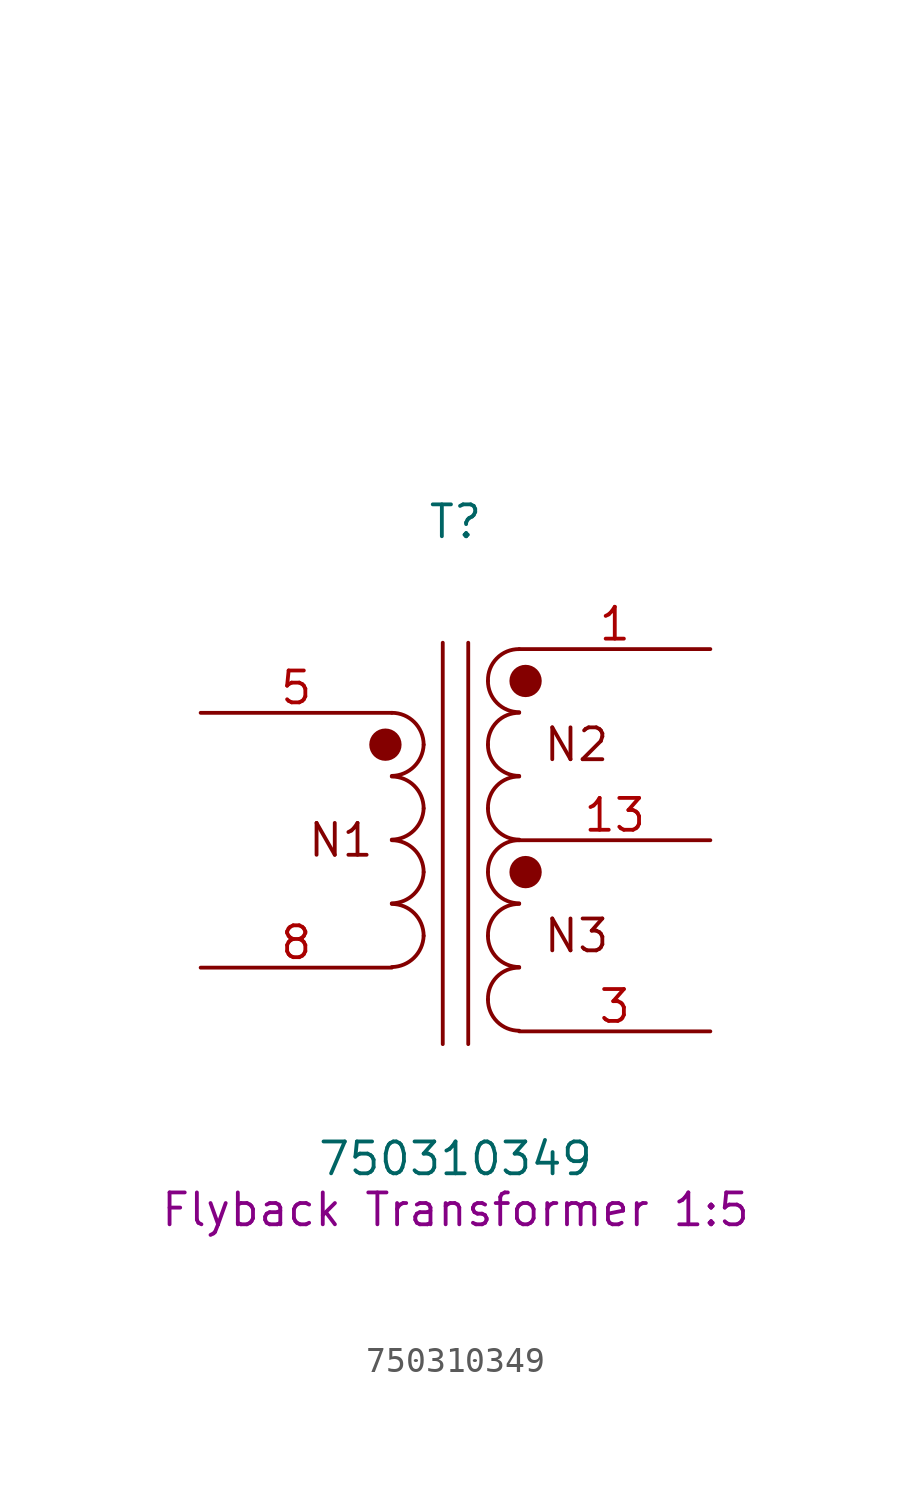
<source format=kicad_sym>
(kicad_symbol_lib
  (version 20241209)
  (generator "kicad_symbol_editor")
  (generator_version "9.0")
  (symbol "750310349"
    (pin_names
      (offset 1.016)
      (hide yes))
    (property "Reference" "T"
      (at 0 12.7 0)
      (effects (font (size 1.27 1.27))))
    (property "Value" "750310349"
      (at 0 -12.7 0)
      (effects (font (size 1.27 1.27))))
    (property "Description" "Flyback Transformer 1:5"
      (at 0 -14.732 0)
      (effects (font (size 1.27 1.27))))
    (symbol "750310349_0_1"
      (arc (start -1.27 3.81) (mid -1.656 2.9336) (end -2.54 2.5654) (stroke (width 0) (type default)) (fill (type none)))
      (arc (start -1.27 1.27) (mid -1.656 0.3936) (end -2.54 0.0254) (stroke (width 0) (type default)) (fill (type none)))
      (arc (start -1.27 -1.27) (mid -1.656 -2.1464) (end -2.54 -2.5146) (stroke (width 0) (type default)) (fill (type none)))
      (arc (start -1.27 -3.81) (mid -1.656 -4.6864) (end -2.54 -5.0546) (stroke (width 0) (type default)) (fill (type none)))
      (arc (start -2.54 5.08) (mid -1.642 4.708) (end -1.27 3.81) (stroke (width 0) (type default)) (fill (type none)))
      (arc (start -2.54 2.54) (mid -1.642 2.168) (end -1.27 1.27) (stroke (width 0) (type default)) (fill (type none)))
      (arc (start -2.54 0) (mid -1.642 -0.372) (end -1.27 -1.27) (stroke (width 0) (type default)) (fill (type none)))
      (arc (start -2.54 -2.54) (mid -1.642 -2.912) (end -1.27 -3.81) (stroke (width 0) (type default)) (fill (type none)))
      (polyline (pts (xy -0.508 -8.128) (xy -0.508 7.874)) (stroke (width 0) (type default)) (fill (type none)))
      (polyline (pts (xy 0.508 7.874) (xy 0.508 -8.128)) (stroke (width 0) (type default)) (fill (type none)))
      (arc (start 1.2954 6.35) (mid 1.6457 7.2517) (end 2.54 7.62) (stroke (width 0) (type default)) (fill (type none)))
      (arc (start 1.2954 3.81) (mid 1.6457 4.7117) (end 2.54 5.08) (stroke (width 0) (type default)) (fill (type none)))
      (arc (start 1.2954 1.27) (mid 1.6457 2.1717) (end 2.54 2.54) (stroke (width 0) (type default)) (fill (type none)))
      (arc (start 1.2954 -1.27) (mid 1.6457 -0.3683) (end 2.54 0) (stroke (width 0) (type default)) (fill (type none)))
      (arc (start 1.2954 -3.81) (mid 1.6457 -2.9083) (end 2.54 -2.54) (stroke (width 0) (type default)) (fill (type none)))
      (arc (start 1.2954 -6.35) (mid 1.6457 -5.4483) (end 2.54 -5.08) (stroke (width 0) (type default)) (fill (type none)))
      (arc (start 2.54 5.1054) (mid 1.6599 5.4699) (end 1.2954 6.35) (stroke (width 0) (type default)) (fill (type none)))
      (arc (start 2.54 2.5654) (mid 1.6599 2.9299) (end 1.2954 3.81) (stroke (width 0) (type default)) (fill (type none)))
      (arc (start 2.54 0.0254) (mid 1.6599 0.3899) (end 1.2954 1.27) (stroke (width 0) (type default)) (fill (type none)))
      (arc (start 2.54 -2.5146) (mid 1.6599 -2.1501) (end 1.2954 -1.27) (stroke (width 0) (type default)) (fill (type none)))
      (arc (start 2.54 -5.0546) (mid 1.6599 -4.6901) (end 1.2954 -3.81) (stroke (width 0) (type default)) (fill (type none)))
      (arc (start 2.54 -7.5946) (mid 1.6599 -7.2301) (end 1.2954 -6.35) (stroke (width 0) (type default)) (fill (type none))))
    (symbol "750310349_1_1"
      (circle (center -2.794 3.81) (radius 0.568) (stroke (width 0) (type solid)) (fill (type outline)))
      (circle (center 2.794 6.35) (radius 0.568) (stroke (width 0) (type solid)) (fill (type outline)))
      (circle (center 2.794 -1.27) (radius 0.568) (stroke (width 0) (type solid)) (fill (type outline)))
      (text "N1" (at -4.572 0 0) (effects (font (size 1.27 1.27))))
      (text "N2" (at 4.826 3.81 0) (effects (font (size 1.27 1.27))))
      (text "N3" (at 4.826 -3.81 0) (effects (font (size 1.27 1.27))))
      (pin passive line (at -10.16 5.08 0) (length 7.62) (name "Pri1" (effects (font (size 1.27 1.27)))) (number "5" (effects (font (size 1.27 1.27)))))
      (pin passive line (at -10.16 5.08 0) (length 7.62) (hide yes) (name "Pri1" (effects (font (size 1.27 1.27)))) (number "6" (effects (font (size 1.27 1.27)))))
      (pin passive line (at -10.16 5.08 0) (length 7.62) (hide yes) (name "Pri1" (effects (font (size 1.27 1.27)))) (number "7" (effects (font (size 1.27 1.27)))))
      (pin passive line (at -10.16 -5.08 0) (length 7.62) (hide yes) (name "Pri2" (effects (font (size 1.27 1.27)))) (number "10" (effects (font (size 1.27 1.27)))))
      (pin passive line (at -10.16 -5.08 0) (length 7.62) (name "Pri2" (effects (font (size 1.27 1.27)))) (number "8" (effects (font (size 1.27 1.27)))))
      (pin passive line (at -10.16 -5.08 0) (length 7.62) (hide yes) (name "Pri2" (effects (font (size 1.27 1.27)))) (number "9" (effects (font (size 1.27 1.27)))))
      (pin no_connect line (at -8.89 22.86 0) (length 7.62) (hide yes) (name "NC" (effects (font (size 1.27 1.27)))) (number "2" (effects (font (size 1.27 1.27)))))
      (pin no_connect line (at -8.89 20.32 0) (length 7.62) (hide yes) (name "NC" (effects (font (size 1.27 1.27)))) (number "4" (effects (font (size 1.27 1.27)))))
      (pin no_connect line (at 8.89 25.4 180) (length 7.62) (hide yes) (name "NC" (effects (font (size 1.27 1.27)))) (number "14" (effects (font (size 1.27 1.27)))))
      (pin no_connect line (at 8.89 22.86 180) (length 7.62) (hide yes) (name "NC" (effects (font (size 1.27 1.27)))) (number "12" (effects (font (size 1.27 1.27)))))
      (pin no_connect line (at 8.89 20.32 180) (length 7.62) (hide yes) (name "NC" (effects (font (size 1.27 1.27)))) (number "11" (effects (font (size 1.27 1.27)))))
      (pin passive line (at 10.16 7.62 180) (length 7.62) (name "Sec1" (effects (font (size 1.27 1.27)))) (number "1" (effects (font (size 1.27 1.27)))))
      (pin passive line (at 10.16 0 180) (length 7.62) (name "Sec2" (effects (font (size 1.27 1.27)))) (number "13" (effects (font (size 1.27 1.27)))))
      (pin passive line (at 10.16 -7.62 180) (length 7.62) (name "Sec3" (effects (font (size 1.27 1.27)))) (number "3" (effects (font (size 1.27 1.27))))))))
</source>
